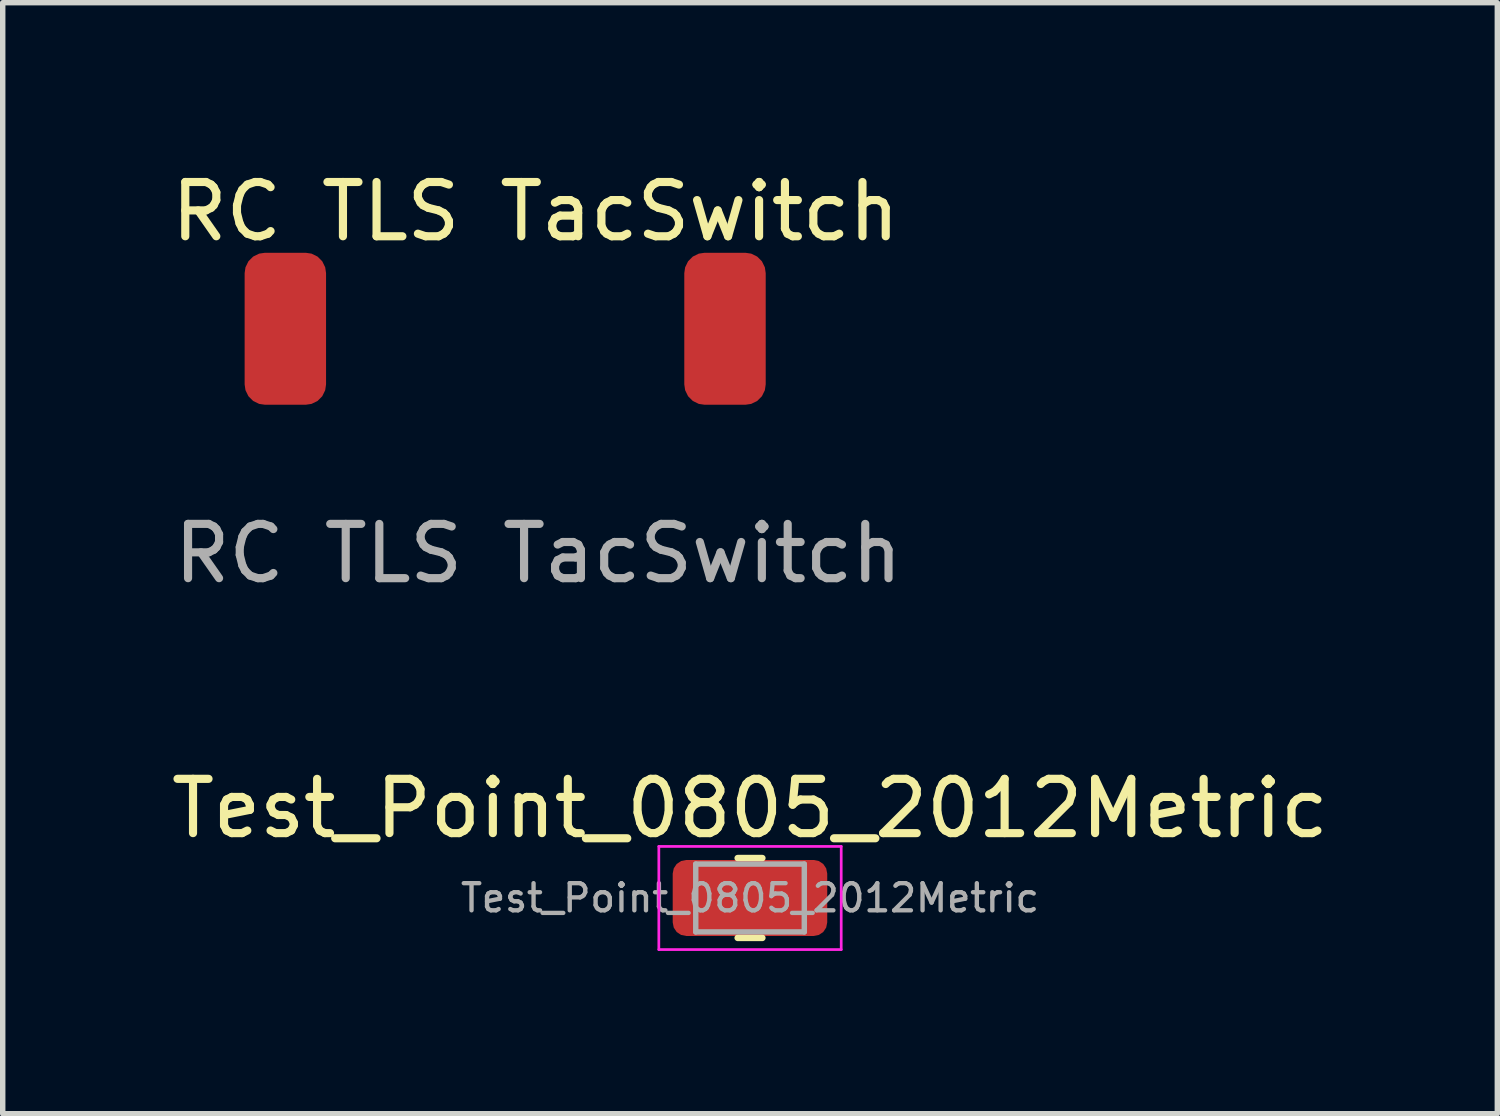
<source format=kicad_pcb>
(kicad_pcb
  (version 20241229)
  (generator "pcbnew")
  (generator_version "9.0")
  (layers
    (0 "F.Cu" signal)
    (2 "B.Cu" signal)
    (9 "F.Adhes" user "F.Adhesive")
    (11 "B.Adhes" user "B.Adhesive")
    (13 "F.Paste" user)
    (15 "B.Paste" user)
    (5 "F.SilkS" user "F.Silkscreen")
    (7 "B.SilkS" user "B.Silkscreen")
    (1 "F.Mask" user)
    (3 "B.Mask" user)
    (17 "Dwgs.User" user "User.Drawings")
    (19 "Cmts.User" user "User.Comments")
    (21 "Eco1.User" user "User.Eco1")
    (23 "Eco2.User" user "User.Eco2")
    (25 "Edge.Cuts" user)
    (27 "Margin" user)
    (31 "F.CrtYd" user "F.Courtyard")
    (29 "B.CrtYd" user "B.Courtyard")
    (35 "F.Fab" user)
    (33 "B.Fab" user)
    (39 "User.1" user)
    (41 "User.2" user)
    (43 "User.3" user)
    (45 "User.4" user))
  (footprint "Test_Point_0805_2012Metric"
    (layer "F.Cu")
    (at 10.768 13.494)
    (property "Reference" "Test_Point_0805_2012Metric" (at 0 -1.65 0) (layer "F.SilkS") (effects (font (size 1 1) (thickness 0.15))))
    (attr smd)
    (fp_line (start -0.227 -0.735) (end 0.227 -0.735) (stroke (width 0.12) (type solid)) (layer "F.SilkS"))
    (fp_line (start -0.227 0.735) (end 0.227 0.735) (stroke (width 0.12) (type solid)) (layer "F.SilkS"))
    (fp_line (start -1.68 -0.95) (end 1.68 -0.95) (stroke (width 0.05) (type solid)) (layer "F.CrtYd"))
    (fp_line (start -1.68 0.95) (end -1.68 -0.95) (stroke (width 0.05) (type solid)) (layer "F.CrtYd"))
    (fp_line (start 1.68 -0.95) (end 1.68 0.95) (stroke (width 0.05) (type solid)) (layer "F.CrtYd"))
    (fp_line (start 1.68 0.95) (end -1.68 0.95) (stroke (width 0.05) (type solid)) (layer "F.CrtYd"))
    (fp_line (start -1 -0.625) (end 1 -0.625) (stroke (width 0.1) (type solid)) (layer "F.Fab"))
    (fp_line (start -1 0.625) (end -1 -0.625) (stroke (width 0.1) (type solid)) (layer "F.Fab"))
    (fp_line (start 1 -0.625) (end 1 0.625) (stroke (width 0.1) (type solid)) (layer "F.Fab"))
    (fp_line (start 1 0.625) (end -1 0.625) (stroke (width 0.1) (type solid)) (layer "F.Fab"))
    (fp_text user "${REFERENCE}" (at 0 0 0) (layer "F.Fab") (effects (font (size 0.5 0.5) (thickness 0.08))))
    (pad "1" smd roundrect (at -0.001 0) (size 2.847 1.4) (layers "F.Cu" "F.Mask" "F.Paste") (roundrect_rratio 0.179)))
  (footprint "RC TLS TacSwitch"
    (layer "F.Cu")
    (at 6.257 3.007)
    (property "Reference" "RC TLS TacSwitch" (at 0.559 -2.159 0) (unlocked yes) (layer "F.SilkS") (effects (font (size 1 1) (thickness 0.15))))
    (attr smd)
    (fp_text user "${REFERENCE}" (at 0.61 4.14 0) (unlocked yes) (layer "F.Fab") (effects (font (size 1 1) (thickness 0.15))))
    (pad "1" smd roundrect (at -4.05 0) (size 1.5 2.8) (layers "F.Cu" "F.Mask" "F.Paste") (roundrect_rratio 0.25))
    (pad "2" smd roundrect (at 4.05 0) (size 1.5 2.8) (layers "F.Cu" "F.Mask" "F.Paste") (roundrect_rratio 0.25)))
  (gr_rect
    (start -3 -3)
    (end 24.536 17.469)
    (stroke (width 0.1) (type default))
    (fill no)
    (layer "Edge.Cuts")))
</source>
